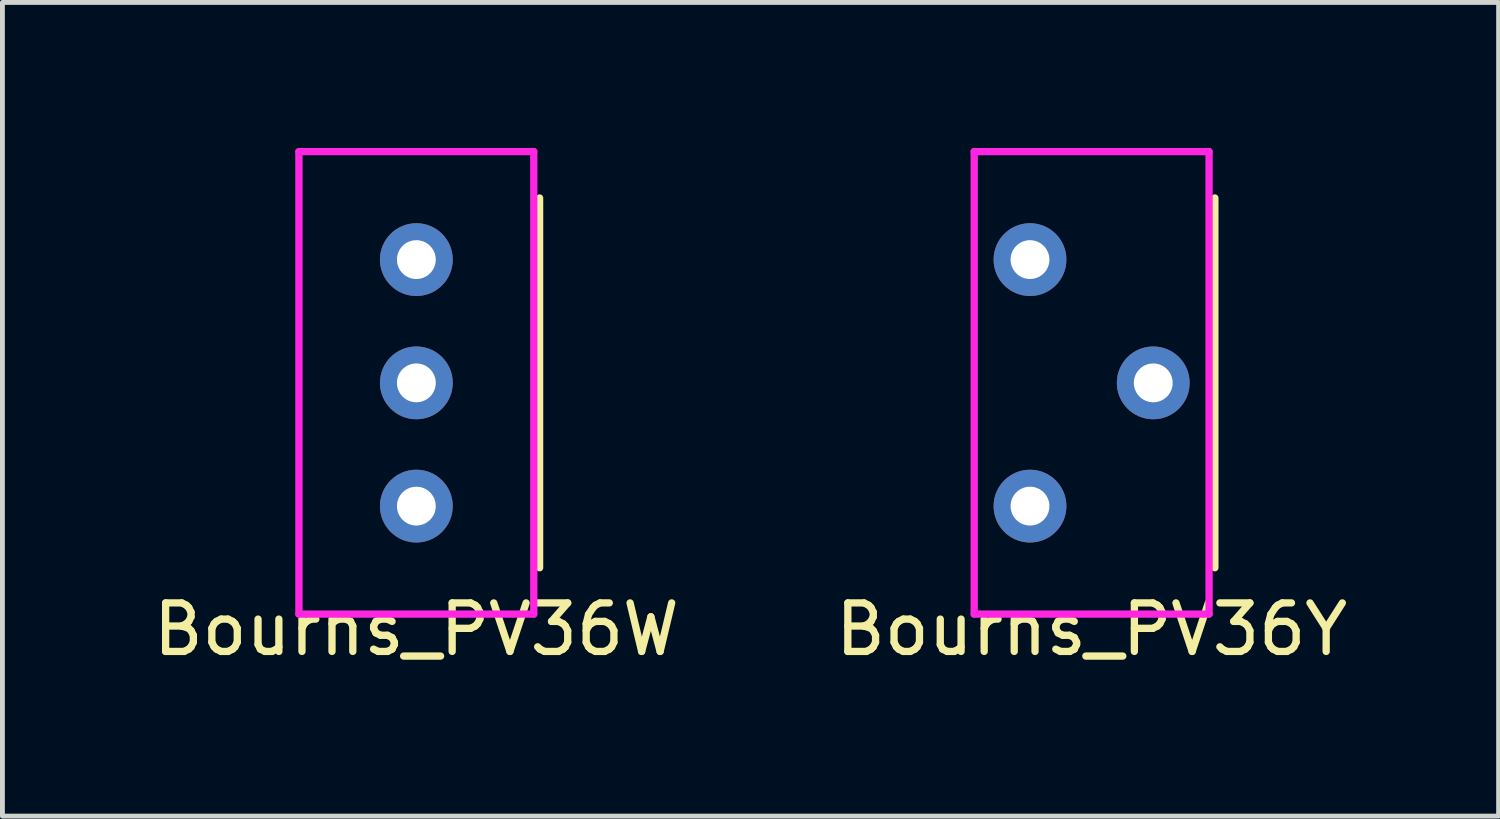
<source format=kicad_pcb>
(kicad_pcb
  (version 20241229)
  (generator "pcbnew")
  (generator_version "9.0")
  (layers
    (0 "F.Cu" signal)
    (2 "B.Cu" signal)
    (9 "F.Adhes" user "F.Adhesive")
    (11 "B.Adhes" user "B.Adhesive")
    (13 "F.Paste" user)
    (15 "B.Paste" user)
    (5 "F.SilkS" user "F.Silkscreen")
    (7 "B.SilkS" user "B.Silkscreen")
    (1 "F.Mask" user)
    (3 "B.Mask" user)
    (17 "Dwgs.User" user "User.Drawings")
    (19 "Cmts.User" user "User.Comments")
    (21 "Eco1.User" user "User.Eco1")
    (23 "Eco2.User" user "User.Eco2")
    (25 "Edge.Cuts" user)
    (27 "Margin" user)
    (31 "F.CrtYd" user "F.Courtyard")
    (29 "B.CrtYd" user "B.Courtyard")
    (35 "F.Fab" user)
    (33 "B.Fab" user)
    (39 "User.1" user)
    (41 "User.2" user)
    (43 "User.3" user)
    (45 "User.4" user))
  (footprint "Bourns_PV36Y"
    (layer "F.Cu")
    (at 19.446 4.84)
    (property "Reference" "Bourns_PV36Y" (at 0 5.08 0) (layer "F.SilkS") (effects (font (size 1 1) (thickness 0.15))))
    (attr through_hole)
    (fp_line (start 2.54 -3.81) (end 2.54 3.81) (stroke (width 0.15) (type solid)) (layer "F.SilkS"))
    (fp_line (start -2.42 -4.765) (end 2.42 -4.765) (stroke (width 0.15) (type solid)) (layer "F.CrtYd"))
    (fp_line (start -2.42 4.765) (end -2.42 -4.765) (stroke (width 0.15) (type solid)) (layer "F.CrtYd"))
    (fp_line (start 2.42 -4.765) (end 2.42 4.765) (stroke (width 0.15) (type solid)) (layer "F.CrtYd"))
    (fp_line (start 2.42 4.765) (end -2.42 4.765) (stroke (width 0.15) (type solid)) (layer "F.CrtYd"))
    (pad "1" thru_hole circle (at -1.27 2.54) (size 1.5 1.5) (drill 0.8) (layers "*.Cu" "*.Mask"))
    (pad "2" thru_hole circle (at 1.27 0) (size 1.5 1.5) (drill 0.8) (layers "*.Cu" "*.Mask"))
    (pad "3" thru_hole circle (at -1.27 -2.54) (size 1.5 1.5) (drill 0.8) (layers "*.Cu" "*.Mask")))
  (footprint "Bourns_PV36W"
    (layer "F.Cu")
    (at 5.53 4.84)
    (property "Reference" "Bourns_PV36W" (at 0 5.08 0) (layer "F.SilkS") (effects (font (size 1 1) (thickness 0.15))))
    (attr through_hole)
    (fp_line (start 2.54 -3.81) (end 2.54 3.81) (stroke (width 0.15) (type solid)) (layer "F.SilkS"))
    (fp_line (start -2.42 -4.765) (end 2.42 -4.765) (stroke (width 0.15) (type solid)) (layer "F.CrtYd"))
    (fp_line (start -2.42 4.765) (end -2.42 -4.765) (stroke (width 0.15) (type solid)) (layer "F.CrtYd"))
    (fp_line (start 2.42 -4.765) (end 2.42 4.765) (stroke (width 0.15) (type solid)) (layer "F.CrtYd"))
    (fp_line (start 2.42 4.765) (end -2.42 4.765) (stroke (width 0.15) (type solid)) (layer "F.CrtYd"))
    (pad "1" thru_hole circle (at 0 2.54) (size 1.5 1.5) (drill 0.8) (layers "*.Cu" "*.Mask"))
    (pad "2" thru_hole circle (at 0 0) (size 1.5 1.5) (drill 0.8) (layers "*.Cu" "*.Mask"))
    (pad "3" thru_hole circle (at 0 -2.54) (size 1.5 1.5) (drill 0.8) (layers "*.Cu" "*.Mask")))
  (gr_rect
    (start -3 -3)
    (end 27.833 13.768)
    (stroke (width 0.1) (type default))
    (fill no)
    (layer "Edge.Cuts")))
</source>
